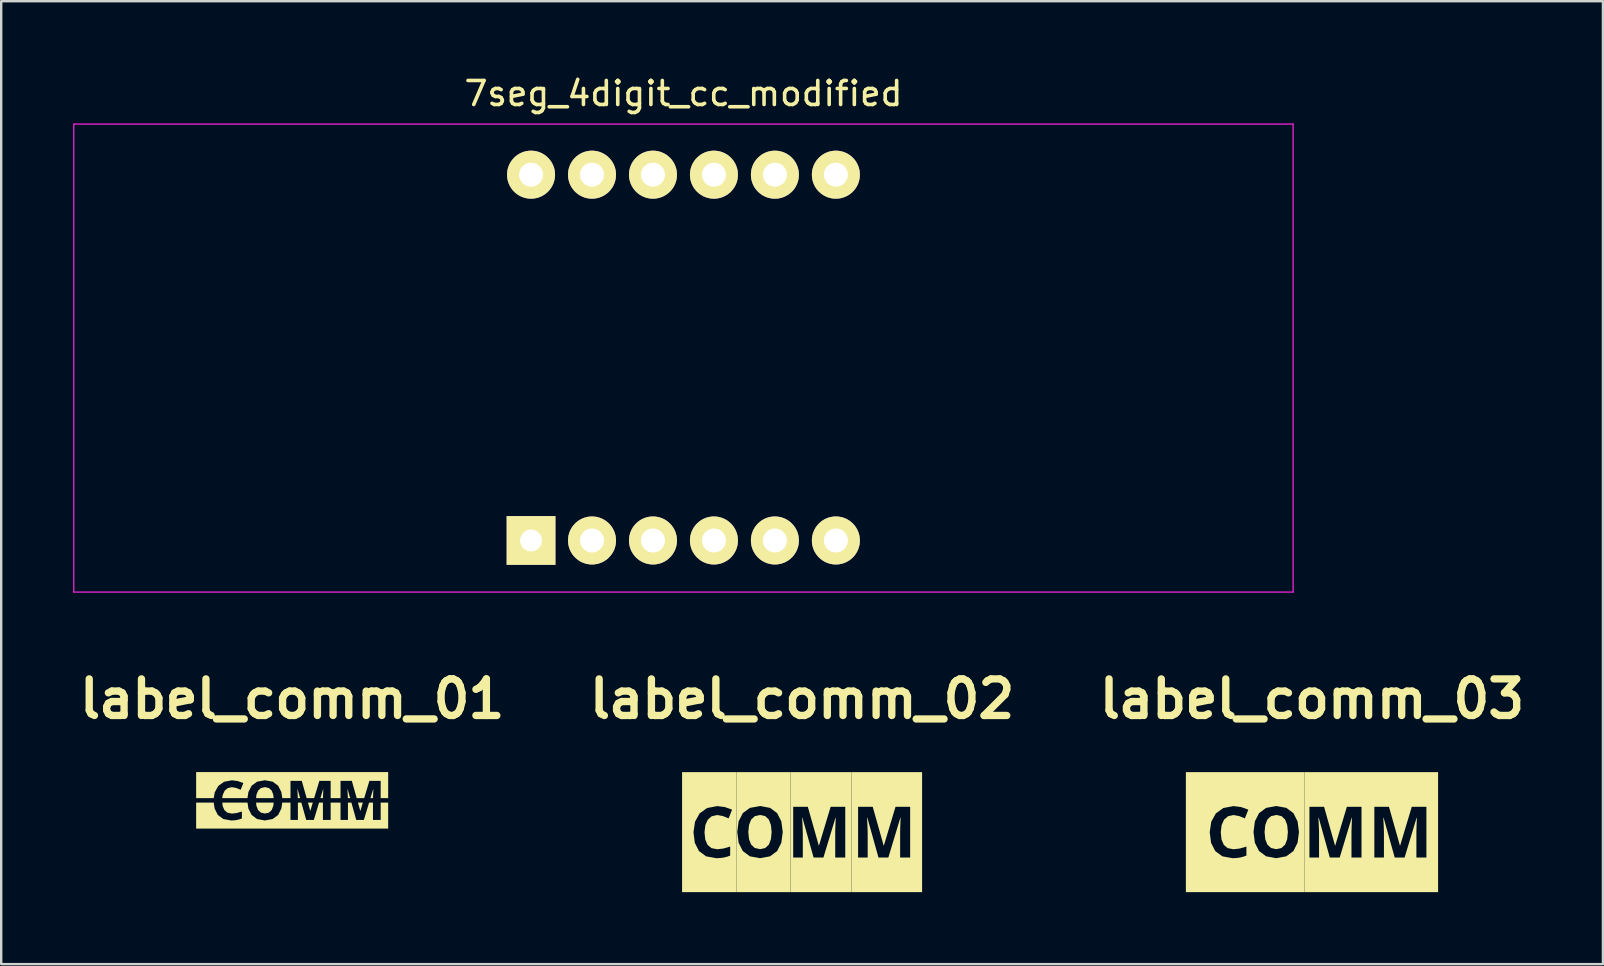
<source format=kicad_pcb>
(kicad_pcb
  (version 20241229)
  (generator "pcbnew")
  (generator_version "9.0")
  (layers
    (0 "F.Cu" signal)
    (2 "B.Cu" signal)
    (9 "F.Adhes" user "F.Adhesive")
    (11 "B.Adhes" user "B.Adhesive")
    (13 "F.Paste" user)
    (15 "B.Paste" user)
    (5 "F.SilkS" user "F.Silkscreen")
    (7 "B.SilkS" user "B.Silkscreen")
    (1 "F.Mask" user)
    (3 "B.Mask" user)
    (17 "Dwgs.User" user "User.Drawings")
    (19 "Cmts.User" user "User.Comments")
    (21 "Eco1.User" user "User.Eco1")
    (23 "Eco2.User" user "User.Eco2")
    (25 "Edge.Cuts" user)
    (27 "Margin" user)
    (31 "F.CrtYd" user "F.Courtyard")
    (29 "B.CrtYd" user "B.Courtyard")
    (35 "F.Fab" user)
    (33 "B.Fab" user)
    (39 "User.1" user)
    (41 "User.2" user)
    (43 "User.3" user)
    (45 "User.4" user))
  (footprint "7seg_4digit_cc_modified"
    (layer "F.Cu")
    (at 19.075 19.468)
    (property "Reference" "7seg_4digit_cc_modified" (at 6.35 -18.62 0) (layer "F.SilkS") (effects (font (size 1 1) (thickness 0.15))))
    (attr through_hole)
    (fp_line (start -19.05 -17.35) (end 31.75 -17.35) (stroke (width 0.05) (type solid)) (layer "F.CrtYd"))
    (fp_line (start -19.05 2.15) (end -19.05 -17.35) (stroke (width 0.05) (type solid)) (layer "F.CrtYd"))
    (fp_line (start 31.75 -17.35) (end 31.75 2.15) (stroke (width 0.05) (type solid)) (layer "F.CrtYd"))
    (fp_line (start 31.75 2.15) (end -19.05 2.15) (stroke (width 0.05) (type solid)) (layer "F.CrtYd"))
    (pad "1" thru_hole rect (at 0 0) (size 2.032 2.032) (drill 0.914) (layers "*.Cu" "*.Mask" "F.SilkS"))
    (pad "2" thru_hole circle (at 2.54 0) (size 2 2) (drill 1) (layers "*.Cu" "*.Mask" "F.SilkS"))
    (pad "3" thru_hole circle (at 5.08 0) (size 2 2) (drill 1) (layers "*.Cu" "*.Mask" "F.SilkS"))
    (pad "4" thru_hole circle (at 7.62 0) (size 2 2) (drill 1) (layers "*.Cu" "*.Mask" "F.SilkS"))
    (pad "5" thru_hole circle (at 10.16 0) (size 2 2) (drill 1) (layers "*.Cu" "*.Mask" "F.SilkS"))
    (pad "6" thru_hole circle (at 12.7 0) (size 2 2) (drill 1) (layers "*.Cu" "*.Mask" "F.SilkS"))
    (pad "7" thru_hole circle (at 12.7 -15.24) (size 2 2) (drill 1) (layers "*.Cu" "*.Mask" "F.SilkS"))
    (pad "8" thru_hole circle (at 10.16 -15.24) (size 2 2) (drill 1) (layers "*.Cu" "*.Mask" "F.SilkS"))
    (pad "9" thru_hole circle (at 7.62 -15.24) (size 2 2) (drill 1) (layers "*.Cu" "*.Mask" "F.SilkS"))
    (pad "10" thru_hole circle (at 5.08 -15.24) (size 2 2) (drill 1) (layers "*.Cu" "*.Mask" "F.SilkS"))
    (pad "11" thru_hole circle (at 2.54 -15.24) (size 2 2) (drill 1) (layers "*.Cu" "*.Mask" "F.SilkS"))
    (pad "12" thru_hole circle (at 0 -15.24) (size 2 2) (drill 1) (layers "*.Cu" "*.Mask" "F.SilkS")))
  (footprint "label_comm_01"
    (layer "F.Cu")
    (at 9.122 30.295)
    (property "Reference" "label_comm_01" (at 0 -4.226 0) (layer "F.SilkS") (effects (font (size 1.524 1.524) (thickness 0.305))))
    (attr smd)
    (fp_poly (pts (xy 0.657 0.093) (xy 0.753 0.433) (xy 0.759 0.433) (xy 0.861 0.093) (xy 0.657 0.093) (xy 0.657 0.093)) (stroke (width 0) (type solid)) (fill yes) (layer "F.SilkS"))
    (fp_poly (pts (xy 2.741 0.093) (xy 2.837 0.433) (xy 2.844 0.433) (xy 2.946 0.093) (xy 2.741 0.093) (xy 2.741 0.093)) (stroke (width 0) (type solid)) (fill yes) (layer "F.SilkS"))
    (fp_poly (pts (xy 0.218 -0.462) (xy 0.229 -0.263) (xy 0.232 -0.179) (xy 0.236 -0.093) (xy 0.331 -0.093) (xy 0.228 -0.462) (xy 0.218 -0.462) (xy 0.218 -0.462)) (stroke (width 0) (type solid)) (fill yes) (layer "F.SilkS"))
    (fp_poly (pts (xy 2.303 -0.462) (xy 2.314 -0.263) (xy 2.318 -0.179) (xy 2.321 -0.093) (xy 2.416 -0.093) (xy 2.313 -0.462) (xy 2.303 -0.462) (xy 2.303 -0.462)) (stroke (width 0) (type solid)) (fill yes) (layer "F.SilkS"))
    (fp_poly (pts (xy 1.288 -0.459) (xy 1.178 -0.093) (xy 1.284 -0.093) (xy 1.284 -0.098) (xy 1.286 -0.182) (xy 1.29 -0.264) (xy 1.297 -0.459) (xy 1.288 -0.459) (xy 1.288 -0.459)) (stroke (width 0) (type solid)) (fill yes) (layer "F.SilkS"))
    (fp_poly (pts (xy 3.373 -0.459) (xy 3.262 -0.093) (xy 3.369 -0.093) (xy 3.369 -0.098) (xy 3.371 -0.182) (xy 3.374 -0.264) (xy 3.382 -0.459) (xy 3.373 -0.459) (xy 3.373 -0.459)) (stroke (width 0) (type solid)) (fill yes) (layer "F.SilkS"))
    (fp_poly (pts (xy -1.502 0.093) (xy -1.489 0.23) (xy -1.42 0.403) (xy -1.303 0.511) (xy -1.136 0.549) (xy -0.967 0.511) (xy -0.851 0.403) (xy -0.785 0.23) (xy -0.771 0.093) (xy -1.502 0.093)) (stroke (width 0) (type solid)) (fill yes) (layer "F.SilkS"))
    (fp_poly (pts (xy -1.134 -0.551) (xy -1.302 -0.513) (xy -1.42 -0.404) (xy -1.489 -0.23) (xy -1.502 -0.093) (xy -0.771 -0.093) (xy -0.785 -0.23) (xy -0.851 -0.404) (xy -0.966 -0.513) (xy -1.134 -0.551)) (stroke (width 0) (type solid)) (fill yes) (layer "F.SilkS"))
    (fp_poly (pts (xy -4 -1.178) (xy -4 -0.093) (xy -3.267 -0.093) (xy -3.224 -0.335) (xy -3.077 -0.601) (xy -2.837 -0.774) (xy -2.509 -0.836) (xy -2.267 -0.804) (xy -2.033 -0.721) (xy -2.145 -0.441) (xy -2.328 -0.516) (xy -2.509 -0.549) (xy -2.686 -0.51) (xy -2.814 -0.399) (xy -2.892 -0.225) (xy -2.913 -0.093) (xy -1.861 -0.093) (xy -1.823 -0.346) (xy -1.688 -0.61) (xy -1.46 -0.778) (xy -1.134 -0.838) (xy -0.81 -0.778) (xy -0.584 -0.609) (xy -0.45 -0.345) (xy -0.411 -0.093) (xy -0.069 -0.093) (xy -0.069 -0.812) (xy 0.4 -0.812) (xy 0.604 -0.093) (xy 0.917 -0.093) (xy 1.134 -0.812) (xy 1.604 -0.812) (xy 1.604 -0.093) (xy 2.016 -0.093) (xy 2.016 -0.812) (xy 2.486 -0.812) (xy 2.689 -0.093) (xy 3.002 -0.093) (xy 3.218 -0.812) (xy 3.688 -0.812) (xy 3.688 -0.093) (xy 4 -0.093) (xy 4 -1.178) (xy -4 -1.178)) (stroke (width 0) (type solid)) (fill yes) (layer "F.SilkS"))
    (fp_poly (pts (xy -4 0.093) (xy -4 1.178) (xy 4 1.178) (xy 4 0.093) (xy 3.688 0.093) (xy 3.688 0.816) (xy 3.367 0.816) (xy 3.367 0.093) (xy 3.206 0.093) (xy 2.988 0.816) (xy 2.67 0.816) (xy 2.469 0.093) (xy 2.324 0.093) (xy 2.324 0.816) (xy 2.016 0.816) (xy 2.016 0.093) (xy 1.604 0.093) (xy 1.604 0.816) (xy 1.282 0.816) (xy 1.282 0.093) (xy 1.121 0.093) (xy 0.903 0.816) (xy 0.586 0.816) (xy 0.383 0.093) (xy 0.239 0.093) (xy 0.239 0.816) (xy -0.069 0.816) (xy -0.069 0.093) (xy -0.411 0.093) (xy -0.45 0.343) (xy -0.584 0.608) (xy -0.812 0.778) (xy -1.136 0.838) (xy -1.462 0.778) (xy -1.689 0.608) (xy -1.823 0.343) (xy -1.86 0.093) (xy -2.91 0.093) (xy -2.895 0.238) (xy -2.821 0.409) (xy -2.695 0.515) (xy -2.509 0.551) (xy -2.312 0.528) (xy -2.094 0.465) (xy -2.094 0.754) (xy -2.2 0.792) (xy -2.307 0.818) (xy -2.42 0.833) (xy -2.542 0.838) (xy -2.868 0.778) (xy -3.096 0.609) (xy -3.23 0.346) (xy -3.268 0.093) (xy -4 0.093)) (stroke (width 0) (type solid)) (fill yes) (layer "F.SilkS")))
  (footprint "label_comm_02"
    (layer "F.Cu")
    (at 30.367 31.618)
    (property "Reference" "label_comm_02" (at 0 -5.548 0) (layer "F.SilkS") (effects (font (size 1.524 1.524) (thickness 0.305))))
    (attr smd)
    (fp_poly (pts (xy -1.751 -0.714) (xy -1.969 -0.665) (xy -2.122 -0.523) (xy -2.21 -0.298) (xy -2.24 -0.001) (xy -2.21 0.298) (xy -2.122 0.522) (xy -1.971 0.662) (xy -1.754 0.711) (xy -1.535 0.662) (xy -1.384 0.522) (xy -1.298 0.298) (xy -1.269 -0.001) (xy -1.298 -0.298) (xy -1.384 -0.523) (xy -1.533 -0.665) (xy -1.751 -0.714)) (stroke (width 0) (type solid)) (fill yes) (layer "F.SilkS"))
    (fp_poly (pts (xy -1.751 -1.087) (xy -2.726 -2.5) (xy -2.726 2.5) (xy -0.483 2.5) (xy -0.483 -2.5) (xy -2.726 -2.5) (xy -1.751 -1.087) (xy -1.331 -1.009) (xy -1.038 -0.789) (xy -0.864 -0.447) (xy -0.806 -0.001) (xy -0.864 0.444) (xy -1.038 0.788) (xy -1.334 1.009) (xy -1.754 1.087) (xy -2.176 1.009) (xy -2.471 0.788) (xy -2.644 0.444) (xy -2.7 -0.004) (xy -2.644 -0.448) (xy -2.469 -0.791) (xy -2.175 -1.009) (xy -1.751 -1.087)) (stroke (width 0) (type solid)) (fill yes) (layer "F.SilkS"))
    (fp_poly (pts (xy -0.483 -2.5) (xy -0.37 -1.054) (xy 0.239 -1.054) (xy 0.696 0.561) (xy 0.704 0.561) (xy 1.19 -1.054) (xy 1.799 -1.054) (xy 1.799 1.058) (xy 1.381 1.058) (xy 1.381 0.059) (xy 1.381 -0.027) (xy 1.384 -0.128) (xy 1.387 -0.236) (xy 1.392 -0.343) (xy 1.402 -0.596) (xy 1.39 -0.596) (xy 0.89 1.058) (xy 0.479 1.058) (xy 0.015 -0.599) (xy 0.002 -0.599) (xy 0.017 -0.341) (xy 0.021 -0.232) (xy 0.025 -0.12) (xy 0.028 -0.015) (xy 0.03 0.076) (xy 0.03 1.058) (xy -0.37 1.058) (xy -0.37 -1.054) (xy -0.483 -2.5) (xy -0.483 2.5) (xy 2.06 2.5) (xy 2.06 -2.5) (xy -0.483 -2.5)) (stroke (width 0) (type solid)) (fill yes) (layer "F.SilkS"))
    (fp_poly (pts (xy 2.06 -2.5) (xy 2.333 -1.054) (xy 2.943 -1.054) (xy 3.399 0.561) (xy 3.408 0.561) (xy 3.893 -1.054) (xy 4.502 -1.054) (xy 4.502 1.058) (xy 4.085 1.058) (xy 4.085 0.059) (xy 4.085 -0.027) (xy 4.088 -0.128) (xy 4.091 -0.236) (xy 4.095 -0.343) (xy 4.105 -0.596) (xy 4.094 -0.596) (xy 3.594 1.058) (xy 3.183 1.058) (xy 2.719 -0.599) (xy 2.706 -0.599) (xy 2.72 -0.341) (xy 2.725 -0.232) (xy 2.729 -0.12) (xy 2.732 -0.015) (xy 2.733 0.076) (xy 2.733 1.058) (xy 2.333 1.058) (xy 2.333 -1.054) (xy 2.06 -2.5) (xy 2.06 2.5) (xy 5 2.5) (xy 5 -2.5) (xy 2.06 -2.5)) (stroke (width 0) (type solid)) (fill yes) (layer "F.SilkS"))
    (fp_poly (pts (xy -5 -2.5) (xy -3.535 -1.084) (xy -3.22 -1.044) (xy -2.916 -0.935) (xy -3.061 -0.571) (xy -3.3 -0.669) (xy -3.535 -0.711) (xy -3.763 -0.661) (xy -3.929 -0.518) (xy -4.03 -0.291) (xy -4.065 0.008) (xy -4.034 0.308) (xy -3.94 0.531) (xy -3.775 0.668) (xy -3.535 0.714) (xy -3.278 0.685) (xy -2.996 0.603) (xy -2.996 0.979) (xy -3.133 1.028) (xy -3.272 1.061) (xy -3.418 1.08) (xy -3.577 1.087) (xy -4 1.009) (xy -4.296 0.789) (xy -4.469 0.448) (xy -4.525 0.005) (xy -4.46 -0.434) (xy -4.27 -0.779) (xy -3.959 -1.003) (xy -3.535 -1.084) (xy -5 -2.5) (xy -5 2.5) (xy -2.726 2.5) (xy -2.726 -2.5) (xy -5 -2.5)) (stroke (width 0) (type solid)) (fill yes) (layer "F.SilkS")))
  (footprint "label_comm_03"
    (layer "F.Cu")
    (at 51.611 31.618)
    (property "Reference" "label_comm_03" (at 0 -5.548 0) (layer "F.SilkS") (effects (font (size 1.524 1.524) (thickness 0.305))))
    (attr smd)
    (fp_poly (pts (xy -1.486 -0.714) (xy -1.705 -0.665) (xy -1.858 -0.524) (xy -1.946 -0.298) (xy -1.975 -0.001) (xy -1.946 0.298) (xy -1.858 0.522) (xy -1.706 0.662) (xy -1.49 0.711) (xy -1.27 0.662) (xy -1.12 0.522) (xy -1.033 0.298) (xy -1.004 -0.001) (xy -1.033 -0.298) (xy -1.12 -0.524) (xy -1.269 -0.665) (xy -1.486 -0.714)) (stroke (width 0) (type solid)) (fill yes) (layer "F.SilkS"))
    (fp_poly (pts (xy -3.27 -1.084) (xy -1.486 -1.087) (xy -1.066 -1.009) (xy -0.773 -0.79) (xy -0.6 -0.447) (xy -0.542 -0.001) (xy -0.6 0.444) (xy -0.773 0.788) (xy -1.069 1.008) (xy -1.49 1.087) (xy -1.911 1.008) (xy -2.206 0.788) (xy -2.379 0.444) (xy -2.436 -0.004) (xy -2.379 -0.448) (xy -2.205 -0.791) (xy -1.91 -1.009) (xy -1.486 -1.087) (xy -3.27 -1.084) (xy -5.254 -2.5) (xy -5.254 2.5) (xy -0.318 2.5) (xy -0.318 -2.5) (xy -5.254 -2.5) (xy -3.27 -1.084) (xy -2.955 -1.044) (xy -2.652 -0.935) (xy -2.797 -0.571) (xy -3.035 -0.669) (xy -3.27 -0.711) (xy -3.498 -0.661) (xy -3.664 -0.518) (xy -3.766 -0.291) (xy -3.8 0.008) (xy -3.77 0.308) (xy -3.675 0.531) (xy -3.51 0.668) (xy -3.27 0.714) (xy -3.013 0.685) (xy -2.732 0.603) (xy -2.732 0.978) (xy -2.869 1.027) (xy -3.007 1.061) (xy -3.153 1.08) (xy -3.312 1.087) (xy -3.735 1.008) (xy -4.031 0.789) (xy -4.204 0.448) (xy -4.261 0.005) (xy -4.196 -0.434) (xy -4.005 -0.779) (xy -3.695 -1.003) (xy -3.27 -1.084) (xy -3.27 -1.084)) (stroke (width 0) (type solid)) (fill yes) (layer "F.SilkS"))
    (fp_poly (pts (xy -0.318 -2.5) (xy -0.106 -1.054) (xy 0.504 -1.054) (xy 0.96 0.561) (xy 0.969 0.561) (xy 1.454 -1.054) (xy 2.063 -1.054) (xy 2.063 1.058) (xy 1.646 1.058) (xy 1.646 0.058) (xy 1.646 -0.027) (xy 1.649 -0.128) (xy 1.652 -0.236) (xy 1.656 -0.343) (xy 1.667 -0.596) (xy 1.655 -0.596) (xy 1.155 1.058) (xy 0.743 1.058) (xy 0.28 -0.599) (xy 0.267 -0.599) (xy 0.281 -0.341) (xy 0.286 -0.232) (xy 0.29 -0.121) (xy 0.293 -0.015) (xy 0.294 0.076) (xy 0.294 1.058) (xy -0.106 1.058) (xy -0.106 -1.054) (xy -0.106 -1.054) (xy -0.318 -2.5) (xy 2.598 -1.054) (xy 3.207 -1.054) (xy 3.664 0.561) (xy 3.673 0.561) (xy 4.158 -1.054) (xy 4.767 -1.054) (xy 4.767 1.058) (xy 4.35 1.058) (xy 4.35 0.058) (xy 4.35 -0.027) (xy 4.353 -0.128) (xy 4.355 -0.236) (xy 4.36 -0.343) (xy 4.37 -0.596) (xy 4.359 -0.596) (xy 3.859 1.058) (xy 3.447 1.058) (xy 2.984 -0.599) (xy 2.971 -0.599) (xy 2.985 -0.341) (xy 2.99 -0.232) (xy 2.993 -0.121) (xy 2.997 -0.015) (xy 2.998 0.076) (xy 2.998 1.058) (xy 2.598 1.058) (xy 2.598 -1.054) (xy 2.598 -1.054) (xy -0.318 -2.5) (xy -0.318 2.5) (xy 5.254 2.5) (xy 5.254 -2.5) (xy -0.318 -2.5)) (stroke (width 0) (type solid)) (fill yes) (layer "F.SilkS")))
  (gr_rect
    (start -3 -3)
    (end 63.733 37.118)
    (stroke (width 0.1) (type default))
    (fill no)
    (layer "Edge.Cuts")))
</source>
